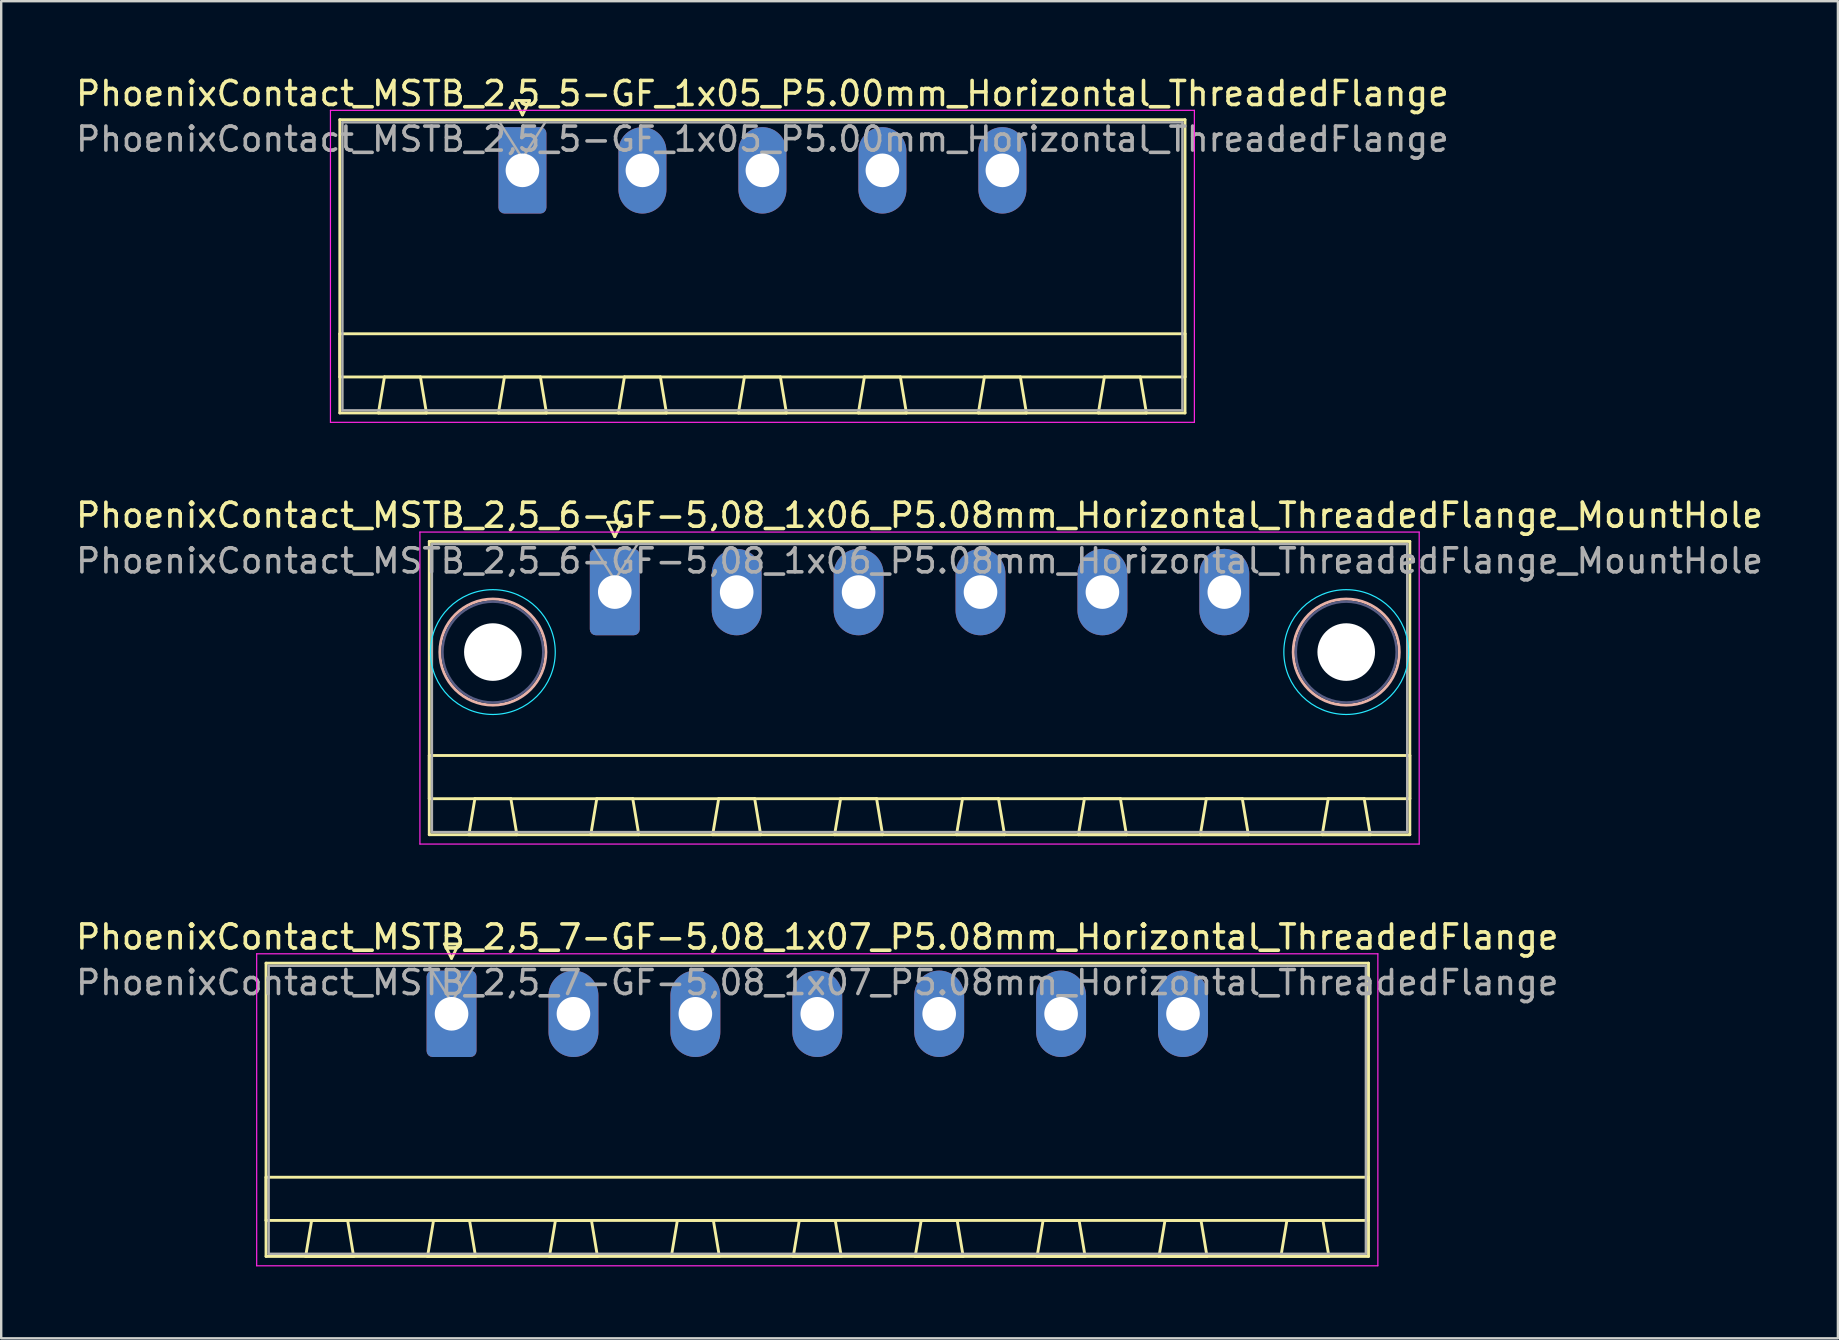
<source format=kicad_pcb>
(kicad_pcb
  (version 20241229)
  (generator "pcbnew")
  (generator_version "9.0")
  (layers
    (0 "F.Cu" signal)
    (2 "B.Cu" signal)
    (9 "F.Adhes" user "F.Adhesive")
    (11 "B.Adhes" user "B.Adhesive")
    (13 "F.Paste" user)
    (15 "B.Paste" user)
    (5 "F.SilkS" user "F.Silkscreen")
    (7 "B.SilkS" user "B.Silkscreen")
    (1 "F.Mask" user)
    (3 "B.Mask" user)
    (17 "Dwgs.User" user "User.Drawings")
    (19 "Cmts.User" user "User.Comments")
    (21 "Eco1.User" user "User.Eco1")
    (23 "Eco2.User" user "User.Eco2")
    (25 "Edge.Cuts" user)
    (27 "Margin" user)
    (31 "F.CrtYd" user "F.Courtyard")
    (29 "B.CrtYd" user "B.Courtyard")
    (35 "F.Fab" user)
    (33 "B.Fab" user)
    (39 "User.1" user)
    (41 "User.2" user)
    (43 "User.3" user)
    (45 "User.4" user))
  (footprint "PhoenixContact_MSTB_2,5_7-GF-5,08_1x07_P5.08mm_Horizontal_ThreadedFlange"
    (layer "F.Cu")
    (at 15.766 39.195)
    (property "Reference" "PhoenixContact_MSTB_2,5_7-GF-5,08_1x07_P5.08mm_Horizontal_ThreadedFlange" (at 15.24 -3.2 0) (layer "F.SilkS") (effects (font (size 1 1) (thickness 0.15))))
    (attr through_hole)
    (fp_line (start -7.73 -2.11) (end -7.73 10.11) (stroke (width 0.12) (type solid)) (layer "F.SilkS"))
    (fp_line (start -7.73 6.81) (end 38.21 6.81) (stroke (width 0.12) (type solid)) (layer "F.SilkS"))
    (fp_line (start -7.73 8.61) (end -7.73 6.81) (stroke (width 0.12) (type solid)) (layer "F.SilkS"))
    (fp_line (start -7.73 10.11) (end 38.21 10.11) (stroke (width 0.12) (type solid)) (layer "F.SilkS"))
    (fp_line (start -6.08 10.11) (end -4.08 10.11) (stroke (width 0.12) (type solid)) (layer "F.SilkS"))
    (fp_line (start -5.83 8.61) (end -6.08 10.11) (stroke (width 0.12) (type solid)) (layer "F.SilkS"))
    (fp_line (start -4.33 8.61) (end -5.83 8.61) (stroke (width 0.12) (type solid)) (layer "F.SilkS"))
    (fp_line (start -4.08 10.11) (end -4.33 8.61) (stroke (width 0.12) (type solid)) (layer "F.SilkS"))
    (fp_line (start -1 10.11) (end 1 10.11) (stroke (width 0.12) (type solid)) (layer "F.SilkS"))
    (fp_line (start -0.75 8.61) (end -1 10.11) (stroke (width 0.12) (type solid)) (layer "F.SilkS"))
    (fp_line (start -0.3 -2.91) (end 0.3 -2.91) (stroke (width 0.12) (type solid)) (layer "F.SilkS"))
    (fp_line (start 0 -2.31) (end -0.3 -2.91) (stroke (width 0.12) (type solid)) (layer "F.SilkS"))
    (fp_line (start 0.3 -2.91) (end 0 -2.31) (stroke (width 0.12) (type solid)) (layer "F.SilkS"))
    (fp_line (start 0.75 8.61) (end -0.75 8.61) (stroke (width 0.12) (type solid)) (layer "F.SilkS"))
    (fp_line (start 1 10.11) (end 0.75 8.61) (stroke (width 0.12) (type solid)) (layer "F.SilkS"))
    (fp_line (start 4.08 10.11) (end 6.08 10.11) (stroke (width 0.12) (type solid)) (layer "F.SilkS"))
    (fp_line (start 4.33 8.61) (end 4.08 10.11) (stroke (width 0.12) (type solid)) (layer "F.SilkS"))
    (fp_line (start 5.83 8.61) (end 4.33 8.61) (stroke (width 0.12) (type solid)) (layer "F.SilkS"))
    (fp_line (start 6.08 10.11) (end 5.83 8.61) (stroke (width 0.12) (type solid)) (layer "F.SilkS"))
    (fp_line (start 9.16 10.11) (end 11.16 10.11) (stroke (width 0.12) (type solid)) (layer "F.SilkS"))
    (fp_line (start 9.41 8.61) (end 9.16 10.11) (stroke (width 0.12) (type solid)) (layer "F.SilkS"))
    (fp_line (start 10.91 8.61) (end 9.41 8.61) (stroke (width 0.12) (type solid)) (layer "F.SilkS"))
    (fp_line (start 11.16 10.11) (end 10.91 8.61) (stroke (width 0.12) (type solid)) (layer "F.SilkS"))
    (fp_line (start 14.24 10.11) (end 16.24 10.11) (stroke (width 0.12) (type solid)) (layer "F.SilkS"))
    (fp_line (start 14.49 8.61) (end 14.24 10.11) (stroke (width 0.12) (type solid)) (layer "F.SilkS"))
    (fp_line (start 15.99 8.61) (end 14.49 8.61) (stroke (width 0.12) (type solid)) (layer "F.SilkS"))
    (fp_line (start 16.24 10.11) (end 15.99 8.61) (stroke (width 0.12) (type solid)) (layer "F.SilkS"))
    (fp_line (start 19.32 10.11) (end 21.32 10.11) (stroke (width 0.12) (type solid)) (layer "F.SilkS"))
    (fp_line (start 19.57 8.61) (end 19.32 10.11) (stroke (width 0.12) (type solid)) (layer "F.SilkS"))
    (fp_line (start 21.07 8.61) (end 19.57 8.61) (stroke (width 0.12) (type solid)) (layer "F.SilkS"))
    (fp_line (start 21.32 10.11) (end 21.07 8.61) (stroke (width 0.12) (type solid)) (layer "F.SilkS"))
    (fp_line (start 24.4 10.11) (end 26.4 10.11) (stroke (width 0.12) (type solid)) (layer "F.SilkS"))
    (fp_line (start 24.65 8.61) (end 24.4 10.11) (stroke (width 0.12) (type solid)) (layer "F.SilkS"))
    (fp_line (start 26.15 8.61) (end 24.65 8.61) (stroke (width 0.12) (type solid)) (layer "F.SilkS"))
    (fp_line (start 26.4 10.11) (end 26.15 8.61) (stroke (width 0.12) (type solid)) (layer "F.SilkS"))
    (fp_line (start 29.48 10.11) (end 31.48 10.11) (stroke (width 0.12) (type solid)) (layer "F.SilkS"))
    (fp_line (start 29.73 8.61) (end 29.48 10.11) (stroke (width 0.12) (type solid)) (layer "F.SilkS"))
    (fp_line (start 31.23 8.61) (end 29.73 8.61) (stroke (width 0.12) (type solid)) (layer "F.SilkS"))
    (fp_line (start 31.48 10.11) (end 31.23 8.61) (stroke (width 0.12) (type solid)) (layer "F.SilkS"))
    (fp_line (start 34.56 10.11) (end 36.56 10.11) (stroke (width 0.12) (type solid)) (layer "F.SilkS"))
    (fp_line (start 34.81 8.61) (end 34.56 10.11) (stroke (width 0.12) (type solid)) (layer "F.SilkS"))
    (fp_line (start 36.31 8.61) (end 34.81 8.61) (stroke (width 0.12) (type solid)) (layer "F.SilkS"))
    (fp_line (start 36.56 10.11) (end 36.31 8.61) (stroke (width 0.12) (type solid)) (layer "F.SilkS"))
    (fp_line (start 38.21 -2.11) (end -7.73 -2.11) (stroke (width 0.12) (type solid)) (layer "F.SilkS"))
    (fp_line (start 38.21 6.81) (end 38.21 8.61) (stroke (width 0.12) (type solid)) (layer "F.SilkS"))
    (fp_line (start 38.21 8.61) (end -7.73 8.61) (stroke (width 0.12) (type solid)) (layer "F.SilkS"))
    (fp_line (start 38.21 10.11) (end 38.21 -2.11) (stroke (width 0.12) (type solid)) (layer "F.SilkS"))
    (fp_line (start -8.12 -2.5) (end -8.12 10.5) (stroke (width 0.05) (type solid)) (layer "F.CrtYd"))
    (fp_line (start -8.12 10.5) (end 38.6 10.5) (stroke (width 0.05) (type solid)) (layer "F.CrtYd"))
    (fp_line (start 38.6 -2.5) (end -8.12 -2.5) (stroke (width 0.05) (type solid)) (layer "F.CrtYd"))
    (fp_line (start 38.6 10.5) (end 38.6 -2.5) (stroke (width 0.05) (type solid)) (layer "F.CrtYd"))
    (fp_line (start -7.62 -2) (end -7.62 10) (stroke (width 0.1) (type solid)) (layer "F.Fab"))
    (fp_line (start -7.62 10) (end 38.1 10) (stroke (width 0.1) (type solid)) (layer "F.Fab"))
    (fp_line (start 0 -0.5) (end -0.95 -2) (stroke (width 0.1) (type solid)) (layer "F.Fab"))
    (fp_line (start 0.95 -2) (end 0 -0.5) (stroke (width 0.1) (type solid)) (layer "F.Fab"))
    (fp_line (start 38.1 -2) (end -7.62 -2) (stroke (width 0.1) (type solid)) (layer "F.Fab"))
    (fp_line (start 38.1 10) (end 38.1 -2) (stroke (width 0.1) (type solid)) (layer "F.Fab"))
    (fp_text user "${REFERENCE}" (at 15.24 -1.3 0) (layer "F.Fab") (effects (font (size 1 1) (thickness 0.15))))
    (pad "1" thru_hole roundrect (at 0 0) (size 2.08 3.6) (drill 1.4) (layers "*.Cu" "*.Mask") (roundrect_rratio 0.12))
    (pad "2" thru_hole oval (at 5.08 0) (size 2.08 3.6) (drill 1.4) (layers "*.Cu" "*.Mask"))
    (pad "3" thru_hole oval (at 10.16 0) (size 2.08 3.6) (drill 1.4) (layers "*.Cu" "*.Mask"))
    (pad "4" thru_hole oval (at 15.24 0) (size 2.08 3.6) (drill 1.4) (layers "*.Cu" "*.Mask"))
    (pad "5" thru_hole oval (at 20.32 0) (size 2.08 3.6) (drill 1.4) (layers "*.Cu" "*.Mask"))
    (pad "6" thru_hole oval (at 25.4 0) (size 2.08 3.6) (drill 1.4) (layers "*.Cu" "*.Mask"))
    (pad "7" thru_hole oval (at 30.48 0) (size 2.08 3.6) (drill 1.4) (layers "*.Cu" "*.Mask")))
  (footprint "PhoenixContact_MSTB_2,5_5-GF_1x05_P5.00mm_Horizontal_ThreadedFlange"
    (layer "F.Cu")
    (at 18.72 4.048)
    (property "Reference" "PhoenixContact_MSTB_2,5_5-GF_1x05_P5.00mm_Horizontal_ThreadedFlange" (at 10 -3.2 0) (layer "F.SilkS") (effects (font (size 1 1) (thickness 0.15))))
    (attr through_hole)
    (fp_line (start -7.61 -2.11) (end -7.61 10.11) (stroke (width 0.12) (type solid)) (layer "F.SilkS"))
    (fp_line (start -7.61 6.81) (end 27.61 6.81) (stroke (width 0.12) (type solid)) (layer "F.SilkS"))
    (fp_line (start -7.61 8.61) (end -7.61 6.81) (stroke (width 0.12) (type solid)) (layer "F.SilkS"))
    (fp_line (start -7.61 10.11) (end 27.61 10.11) (stroke (width 0.12) (type solid)) (layer "F.SilkS"))
    (fp_line (start -6 10.11) (end -4 10.11) (stroke (width 0.12) (type solid)) (layer "F.SilkS"))
    (fp_line (start -5.75 8.61) (end -6 10.11) (stroke (width 0.12) (type solid)) (layer "F.SilkS"))
    (fp_line (start -4.25 8.61) (end -5.75 8.61) (stroke (width 0.12) (type solid)) (layer "F.SilkS"))
    (fp_line (start -4 10.11) (end -4.25 8.61) (stroke (width 0.12) (type solid)) (layer "F.SilkS"))
    (fp_line (start -1 10.11) (end 1 10.11) (stroke (width 0.12) (type solid)) (layer "F.SilkS"))
    (fp_line (start -0.75 8.61) (end -1 10.11) (stroke (width 0.12) (type solid)) (layer "F.SilkS"))
    (fp_line (start -0.3 -2.91) (end 0.3 -2.91) (stroke (width 0.12) (type solid)) (layer "F.SilkS"))
    (fp_line (start 0 -2.31) (end -0.3 -2.91) (stroke (width 0.12) (type solid)) (layer "F.SilkS"))
    (fp_line (start 0.3 -2.91) (end 0 -2.31) (stroke (width 0.12) (type solid)) (layer "F.SilkS"))
    (fp_line (start 0.75 8.61) (end -0.75 8.61) (stroke (width 0.12) (type solid)) (layer "F.SilkS"))
    (fp_line (start 1 10.11) (end 0.75 8.61) (stroke (width 0.12) (type solid)) (layer "F.SilkS"))
    (fp_line (start 4 10.11) (end 6 10.11) (stroke (width 0.12) (type solid)) (layer "F.SilkS"))
    (fp_line (start 4.25 8.61) (end 4 10.11) (stroke (width 0.12) (type solid)) (layer "F.SilkS"))
    (fp_line (start 5.75 8.61) (end 4.25 8.61) (stroke (width 0.12) (type solid)) (layer "F.SilkS"))
    (fp_line (start 6 10.11) (end 5.75 8.61) (stroke (width 0.12) (type solid)) (layer "F.SilkS"))
    (fp_line (start 9 10.11) (end 11 10.11) (stroke (width 0.12) (type solid)) (layer "F.SilkS"))
    (fp_line (start 9.25 8.61) (end 9 10.11) (stroke (width 0.12) (type solid)) (layer "F.SilkS"))
    (fp_line (start 10.75 8.61) (end 9.25 8.61) (stroke (width 0.12) (type solid)) (layer "F.SilkS"))
    (fp_line (start 11 10.11) (end 10.75 8.61) (stroke (width 0.12) (type solid)) (layer "F.SilkS"))
    (fp_line (start 14 10.11) (end 16 10.11) (stroke (width 0.12) (type solid)) (layer "F.SilkS"))
    (fp_line (start 14.25 8.61) (end 14 10.11) (stroke (width 0.12) (type solid)) (layer "F.SilkS"))
    (fp_line (start 15.75 8.61) (end 14.25 8.61) (stroke (width 0.12) (type solid)) (layer "F.SilkS"))
    (fp_line (start 16 10.11) (end 15.75 8.61) (stroke (width 0.12) (type solid)) (layer "F.SilkS"))
    (fp_line (start 19 10.11) (end 21 10.11) (stroke (width 0.12) (type solid)) (layer "F.SilkS"))
    (fp_line (start 19.25 8.61) (end 19 10.11) (stroke (width 0.12) (type solid)) (layer "F.SilkS"))
    (fp_line (start 20.75 8.61) (end 19.25 8.61) (stroke (width 0.12) (type solid)) (layer "F.SilkS"))
    (fp_line (start 21 10.11) (end 20.75 8.61) (stroke (width 0.12) (type solid)) (layer "F.SilkS"))
    (fp_line (start 24 10.11) (end 26 10.11) (stroke (width 0.12) (type solid)) (layer "F.SilkS"))
    (fp_line (start 24.25 8.61) (end 24 10.11) (stroke (width 0.12) (type solid)) (layer "F.SilkS"))
    (fp_line (start 25.75 8.61) (end 24.25 8.61) (stroke (width 0.12) (type solid)) (layer "F.SilkS"))
    (fp_line (start 26 10.11) (end 25.75 8.61) (stroke (width 0.12) (type solid)) (layer "F.SilkS"))
    (fp_line (start 27.61 -2.11) (end -7.61 -2.11) (stroke (width 0.12) (type solid)) (layer "F.SilkS"))
    (fp_line (start 27.61 6.81) (end 27.61 8.61) (stroke (width 0.12) (type solid)) (layer "F.SilkS"))
    (fp_line (start 27.61 8.61) (end -7.61 8.61) (stroke (width 0.12) (type solid)) (layer "F.SilkS"))
    (fp_line (start 27.61 10.11) (end 27.61 -2.11) (stroke (width 0.12) (type solid)) (layer "F.SilkS"))
    (fp_line (start -8 -2.5) (end -8 10.5) (stroke (width 0.05) (type solid)) (layer "F.CrtYd"))
    (fp_line (start -8 10.5) (end 28 10.5) (stroke (width 0.05) (type solid)) (layer "F.CrtYd"))
    (fp_line (start 28 -2.5) (end -8 -2.5) (stroke (width 0.05) (type solid)) (layer "F.CrtYd"))
    (fp_line (start 28 10.5) (end 28 -2.5) (stroke (width 0.05) (type solid)) (layer "F.CrtYd"))
    (fp_line (start -7.5 -2) (end -7.5 10) (stroke (width 0.1) (type solid)) (layer "F.Fab"))
    (fp_line (start -7.5 10) (end 27.5 10) (stroke (width 0.1) (type solid)) (layer "F.Fab"))
    (fp_line (start 0 -0.5) (end -0.95 -2) (stroke (width 0.1) (type solid)) (layer "F.Fab"))
    (fp_line (start 0.95 -2) (end 0 -0.5) (stroke (width 0.1) (type solid)) (layer "F.Fab"))
    (fp_line (start 27.5 -2) (end -7.5 -2) (stroke (width 0.1) (type solid)) (layer "F.Fab"))
    (fp_line (start 27.5 10) (end 27.5 -2) (stroke (width 0.1) (type solid)) (layer "F.Fab"))
    (fp_text user "${REFERENCE}" (at 10 -1.3 0) (layer "F.Fab") (effects (font (size 1 1) (thickness 0.15))))
    (pad "1" thru_hole roundrect (at 0 0) (size 2 3.6) (drill 1.4) (layers "*.Cu" "*.Mask") (roundrect_rratio 0.125))
    (pad "2" thru_hole oval (at 5 0) (size 2 3.6) (drill 1.4) (layers "*.Cu" "*.Mask"))
    (pad "3" thru_hole oval (at 10 0) (size 2 3.6) (drill 1.4) (layers "*.Cu" "*.Mask"))
    (pad "4" thru_hole oval (at 15 0) (size 2 3.6) (drill 1.4) (layers "*.Cu" "*.Mask"))
    (pad "5" thru_hole oval (at 20 0) (size 2 3.6) (drill 1.4) (layers "*.Cu" "*.Mask")))
  (footprint "PhoenixContact_MSTB_2,5_6-GF-5,08_1x06_P5.08mm_Horizontal_ThreadedFlange_MountHole"
    (layer "F.Cu")
    (at 22.568 21.622)
    (property "Reference" "PhoenixContact_MSTB_2,5_6-GF-5,08_1x06_P5.08mm_Horizontal_ThreadedFlange_MountHole" (at 12.7 -3.2 0) (layer "F.SilkS") (effects (font (size 1 1) (thickness 0.15))))
    (attr through_hole)
    (fp_line (start -7.73 -2.11) (end -7.73 10.11) (stroke (width 0.12) (type solid)) (layer "F.SilkS"))
    (fp_line (start -7.73 6.81) (end 33.13 6.81) (stroke (width 0.12) (type solid)) (layer "F.SilkS"))
    (fp_line (start -7.73 8.61) (end -7.73 6.81) (stroke (width 0.12) (type solid)) (layer "F.SilkS"))
    (fp_line (start -7.73 10.11) (end 33.13 10.11) (stroke (width 0.12) (type solid)) (layer "F.SilkS"))
    (fp_line (start -6.08 10.11) (end -4.08 10.11) (stroke (width 0.12) (type solid)) (layer "F.SilkS"))
    (fp_line (start -5.83 8.61) (end -6.08 10.11) (stroke (width 0.12) (type solid)) (layer "F.SilkS"))
    (fp_line (start -4.33 8.61) (end -5.83 8.61) (stroke (width 0.12) (type solid)) (layer "F.SilkS"))
    (fp_line (start -4.08 10.11) (end -4.33 8.61) (stroke (width 0.12) (type solid)) (layer "F.SilkS"))
    (fp_line (start -1 10.11) (end 1 10.11) (stroke (width 0.12) (type solid)) (layer "F.SilkS"))
    (fp_line (start -0.75 8.61) (end -1 10.11) (stroke (width 0.12) (type solid)) (layer "F.SilkS"))
    (fp_line (start -0.3 -2.91) (end 0.3 -2.91) (stroke (width 0.12) (type solid)) (layer "F.SilkS"))
    (fp_line (start 0 -2.31) (end -0.3 -2.91) (stroke (width 0.12) (type solid)) (layer "F.SilkS"))
    (fp_line (start 0.3 -2.91) (end 0 -2.31) (stroke (width 0.12) (type solid)) (layer "F.SilkS"))
    (fp_line (start 0.75 8.61) (end -0.75 8.61) (stroke (width 0.12) (type solid)) (layer "F.SilkS"))
    (fp_line (start 1 10.11) (end 0.75 8.61) (stroke (width 0.12) (type solid)) (layer "F.SilkS"))
    (fp_line (start 4.08 10.11) (end 6.08 10.11) (stroke (width 0.12) (type solid)) (layer "F.SilkS"))
    (fp_line (start 4.33 8.61) (end 4.08 10.11) (stroke (width 0.12) (type solid)) (layer "F.SilkS"))
    (fp_line (start 5.83 8.61) (end 4.33 8.61) (stroke (width 0.12) (type solid)) (layer "F.SilkS"))
    (fp_line (start 6.08 10.11) (end 5.83 8.61) (stroke (width 0.12) (type solid)) (layer "F.SilkS"))
    (fp_line (start 9.16 10.11) (end 11.16 10.11) (stroke (width 0.12) (type solid)) (layer "F.SilkS"))
    (fp_line (start 9.41 8.61) (end 9.16 10.11) (stroke (width 0.12) (type solid)) (layer "F.SilkS"))
    (fp_line (start 10.91 8.61) (end 9.41 8.61) (stroke (width 0.12) (type solid)) (layer "F.SilkS"))
    (fp_line (start 11.16 10.11) (end 10.91 8.61) (stroke (width 0.12) (type solid)) (layer "F.SilkS"))
    (fp_line (start 14.24 10.11) (end 16.24 10.11) (stroke (width 0.12) (type solid)) (layer "F.SilkS"))
    (fp_line (start 14.49 8.61) (end 14.24 10.11) (stroke (width 0.12) (type solid)) (layer "F.SilkS"))
    (fp_line (start 15.99 8.61) (end 14.49 8.61) (stroke (width 0.12) (type solid)) (layer "F.SilkS"))
    (fp_line (start 16.24 10.11) (end 15.99 8.61) (stroke (width 0.12) (type solid)) (layer "F.SilkS"))
    (fp_line (start 19.32 10.11) (end 21.32 10.11) (stroke (width 0.12) (type solid)) (layer "F.SilkS"))
    (fp_line (start 19.57 8.61) (end 19.32 10.11) (stroke (width 0.12) (type solid)) (layer "F.SilkS"))
    (fp_line (start 21.07 8.61) (end 19.57 8.61) (stroke (width 0.12) (type solid)) (layer "F.SilkS"))
    (fp_line (start 21.32 10.11) (end 21.07 8.61) (stroke (width 0.12) (type solid)) (layer "F.SilkS"))
    (fp_line (start 24.4 10.11) (end 26.4 10.11) (stroke (width 0.12) (type solid)) (layer "F.SilkS"))
    (fp_line (start 24.65 8.61) (end 24.4 10.11) (stroke (width 0.12) (type solid)) (layer "F.SilkS"))
    (fp_line (start 26.15 8.61) (end 24.65 8.61) (stroke (width 0.12) (type solid)) (layer "F.SilkS"))
    (fp_line (start 26.4 10.11) (end 26.15 8.61) (stroke (width 0.12) (type solid)) (layer "F.SilkS"))
    (fp_line (start 29.48 10.11) (end 31.48 10.11) (stroke (width 0.12) (type solid)) (layer "F.SilkS"))
    (fp_line (start 29.73 8.61) (end 29.48 10.11) (stroke (width 0.12) (type solid)) (layer "F.SilkS"))
    (fp_line (start 31.23 8.61) (end 29.73 8.61) (stroke (width 0.12) (type solid)) (layer "F.SilkS"))
    (fp_line (start 31.48 10.11) (end 31.23 8.61) (stroke (width 0.12) (type solid)) (layer "F.SilkS"))
    (fp_line (start 33.13 -2.11) (end -7.73 -2.11) (stroke (width 0.12) (type solid)) (layer "F.SilkS"))
    (fp_line (start 33.13 6.81) (end 33.13 8.61) (stroke (width 0.12) (type solid)) (layer "F.SilkS"))
    (fp_line (start 33.13 8.61) (end -7.73 8.61) (stroke (width 0.12) (type solid)) (layer "F.SilkS"))
    (fp_line (start 33.13 10.11) (end 33.13 -2.11) (stroke (width 0.12) (type solid)) (layer "F.SilkS"))
    (fp_circle (center -5.08 2.5) (end -2.87 2.5) (stroke (width 0.12) (type solid)) (fill no) (layer "B.SilkS"))
    (fp_circle (center 30.48 2.5) (end 32.69 2.5) (stroke (width 0.12) (type solid)) (fill no) (layer "B.SilkS"))
    (fp_circle (center -5.08 2.5) (end -2.48 2.5) (stroke (width 0.05) (type solid)) (fill no) (layer "B.CrtYd"))
    (fp_circle (center 30.48 2.5) (end 33.08 2.5) (stroke (width 0.05) (type solid)) (fill no) (layer "B.CrtYd"))
    (fp_line (start -8.12 -2.5) (end -8.12 10.5) (stroke (width 0.05) (type solid)) (layer "F.CrtYd"))
    (fp_line (start -8.12 10.5) (end 33.52 10.5) (stroke (width 0.05) (type solid)) (layer "F.CrtYd"))
    (fp_line (start 33.52 -2.5) (end -8.12 -2.5) (stroke (width 0.05) (type solid)) (layer "F.CrtYd"))
    (fp_line (start 33.52 10.5) (end 33.52 -2.5) (stroke (width 0.05) (type solid)) (layer "F.CrtYd"))
    (fp_circle (center -5.08 2.5) (end -2.98 2.5) (stroke (width 0.1) (type solid)) (fill no) (layer "B.Fab"))
    (fp_circle (center 30.48 2.5) (end 32.58 2.5) (stroke (width 0.1) (type solid)) (fill no) (layer "B.Fab"))
    (fp_line (start -7.62 -2) (end -7.62 10) (stroke (width 0.1) (type solid)) (layer "F.Fab"))
    (fp_line (start -7.62 10) (end 33.02 10) (stroke (width 0.1) (type solid)) (layer "F.Fab"))
    (fp_line (start 0 -0.5) (end -0.95 -2) (stroke (width 0.1) (type solid)) (layer "F.Fab"))
    (fp_line (start 0.95 -2) (end 0 -0.5) (stroke (width 0.1) (type solid)) (layer "F.Fab"))
    (fp_line (start 33.02 -2) (end -7.62 -2) (stroke (width 0.1) (type solid)) (layer "F.Fab"))
    (fp_line (start 33.02 10) (end 33.02 -2) (stroke (width 0.1) (type solid)) (layer "F.Fab"))
    (fp_text user "${REFERENCE}" (at 12.7 -1.3 0) (layer "F.Fab") (effects (font (size 1 1) (thickness 0.15))))
    (pad "" np_thru_hole circle (at -5.08 2.5) (size 2.4 2.4) (drill 2.4) (layers "*.Cu" "*.Mask"))
    (pad "" np_thru_hole circle (at 30.48 2.5) (size 2.4 2.4) (drill 2.4) (layers "*.Cu" "*.Mask"))
    (pad "1" thru_hole roundrect (at 0 0) (size 2.08 3.6) (drill 1.4) (layers "*.Cu" "*.Mask") (roundrect_rratio 0.12))
    (pad "2" thru_hole oval (at 5.08 0) (size 2.08 3.6) (drill 1.4) (layers "*.Cu" "*.Mask"))
    (pad "3" thru_hole oval (at 10.16 0) (size 2.08 3.6) (drill 1.4) (layers "*.Cu" "*.Mask"))
    (pad "4" thru_hole oval (at 15.24 0) (size 2.08 3.6) (drill 1.4) (layers "*.Cu" "*.Mask"))
    (pad "5" thru_hole oval (at 20.32 0) (size 2.08 3.6) (drill 1.4) (layers "*.Cu" "*.Mask"))
    (pad "6" thru_hole oval (at 25.4 0) (size 2.08 3.6) (drill 1.4) (layers "*.Cu" "*.Mask")))
  (gr_rect
    (start -3 -3)
    (end 73.536 52.72)
    (stroke (width 0.1) (type default))
    (fill no)
    (layer "Edge.Cuts")))
</source>
